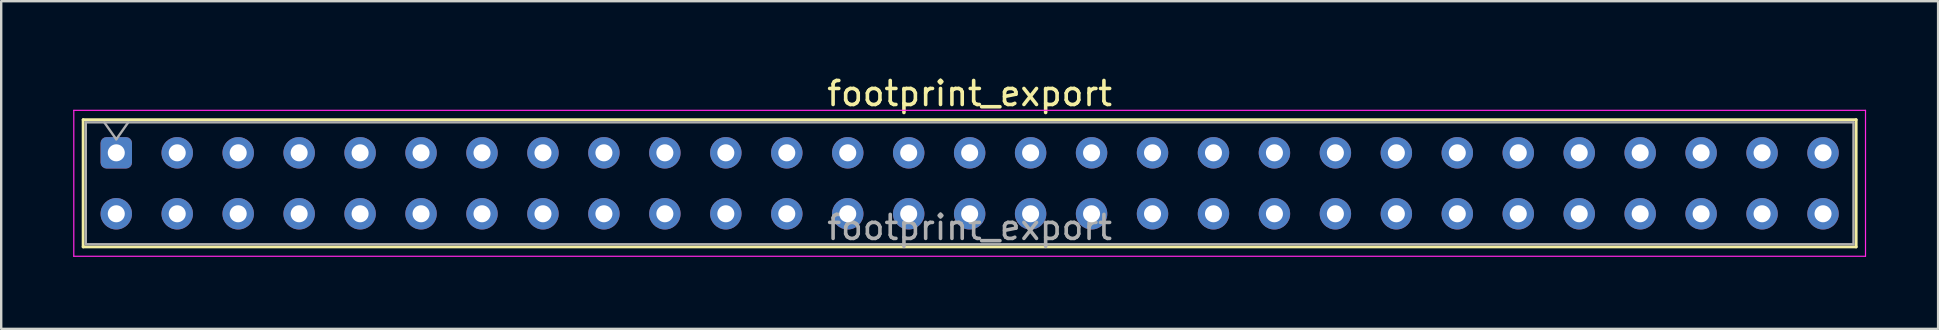
<source format=kicad_pcb>
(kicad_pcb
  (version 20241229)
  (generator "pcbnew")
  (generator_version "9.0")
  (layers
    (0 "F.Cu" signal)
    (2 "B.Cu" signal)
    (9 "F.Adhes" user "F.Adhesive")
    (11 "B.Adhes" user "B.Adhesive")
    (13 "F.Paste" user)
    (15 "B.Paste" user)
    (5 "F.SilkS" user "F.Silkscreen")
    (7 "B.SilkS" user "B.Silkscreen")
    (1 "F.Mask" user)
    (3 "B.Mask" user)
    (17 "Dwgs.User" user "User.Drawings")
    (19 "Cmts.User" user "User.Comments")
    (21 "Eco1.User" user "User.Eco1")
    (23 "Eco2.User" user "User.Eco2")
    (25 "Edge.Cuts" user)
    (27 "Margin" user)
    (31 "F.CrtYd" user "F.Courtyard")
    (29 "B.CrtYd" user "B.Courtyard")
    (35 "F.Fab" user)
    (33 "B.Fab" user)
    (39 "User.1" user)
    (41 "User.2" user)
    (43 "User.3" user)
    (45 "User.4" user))
  (footprint "footprint_export"
    (layer "F.Cu")
    (at 1.795 3.318)
    (property "Reference" "footprint_export" (at 35.56 -2.47 0) (layer "F.SilkS") (effects (font (size 1 1) (thickness 0.15))))
    (attr through_hole)
    (fp_line (start -1.38 -1.38) (end 72.5 -1.38) (stroke (width 0.12) (type solid)) (layer "F.SilkS"))
    (fp_line (start -1.38 3.92) (end -1.38 -1.38) (stroke (width 0.12) (type solid)) (layer "F.SilkS"))
    (fp_line (start 72.5 -1.38) (end 72.5 3.92) (stroke (width 0.12) (type solid)) (layer "F.SilkS"))
    (fp_line (start 72.5 3.92) (end -1.38 3.92) (stroke (width 0.12) (type solid)) (layer "F.SilkS"))
    (fp_line (start -1.77 -1.77) (end 72.89 -1.77) (stroke (width 0.05) (type solid)) (layer "F.CrtYd"))
    (fp_line (start -1.77 4.31) (end -1.77 -1.77) (stroke (width 0.05) (type solid)) (layer "F.CrtYd"))
    (fp_line (start 72.89 -1.77) (end 72.89 4.31) (stroke (width 0.05) (type solid)) (layer "F.CrtYd"))
    (fp_line (start 72.89 4.31) (end -1.77 4.31) (stroke (width 0.05) (type solid)) (layer "F.CrtYd"))
    (fp_line (start -1.27 -1.27) (end 72.39 -1.27) (stroke (width 0.1) (type solid)) (layer "F.Fab"))
    (fp_line (start -1.27 3.81) (end -1.27 -1.27) (stroke (width 0.1) (type solid)) (layer "F.Fab"))
    (fp_line (start -0.5 -1.27) (end 0 -0.563) (stroke (width 0.1) (type solid)) (layer "F.Fab"))
    (fp_line (start 0 -0.563) (end 0.5 -1.27) (stroke (width 0.1) (type solid)) (layer "F.Fab"))
    (fp_line (start 72.39 -1.27) (end 72.39 3.81) (stroke (width 0.1) (type solid)) (layer "F.Fab"))
    (fp_line (start 72.39 3.81) (end -1.27 3.81) (stroke (width 0.1) (type solid)) (layer "F.Fab"))
    (fp_text user "${REFERENCE}" (at 35.56 3.11 0) (layer "F.Fab") (effects (font (size 1 1) (thickness 0.15))))
    (pad "1" thru_hole roundrect (at 0 0) (size 1.31 1.31) (drill 0.71) (layers "*.Cu" "*.Mask") (roundrect_rratio 0.191))
    (pad "2" thru_hole circle (at 0 2.54) (size 1.31 1.31) (drill 0.71) (layers "*.Cu" "*.Mask"))
    (pad "3" thru_hole circle (at 2.54 0) (size 1.31 1.31) (drill 0.71) (layers "*.Cu" "*.Mask"))
    (pad "4" thru_hole circle (at 2.54 2.54) (size 1.31 1.31) (drill 0.71) (layers "*.Cu" "*.Mask"))
    (pad "5" thru_hole circle (at 5.08 0) (size 1.31 1.31) (drill 0.71) (layers "*.Cu" "*.Mask"))
    (pad "6" thru_hole circle (at 5.08 2.54) (size 1.31 1.31) (drill 0.71) (layers "*.Cu" "*.Mask"))
    (pad "7" thru_hole circle (at 7.62 0) (size 1.31 1.31) (drill 0.71) (layers "*.Cu" "*.Mask"))
    (pad "8" thru_hole circle (at 7.62 2.54) (size 1.31 1.31) (drill 0.71) (layers "*.Cu" "*.Mask"))
    (pad "9" thru_hole circle (at 10.16 0) (size 1.31 1.31) (drill 0.71) (layers "*.Cu" "*.Mask"))
    (pad "10" thru_hole circle (at 10.16 2.54) (size 1.31 1.31) (drill 0.71) (layers "*.Cu" "*.Mask"))
    (pad "11" thru_hole circle (at 12.7 0) (size 1.31 1.31) (drill 0.71) (layers "*.Cu" "*.Mask"))
    (pad "12" thru_hole circle (at 12.7 2.54) (size 1.31 1.31) (drill 0.71) (layers "*.Cu" "*.Mask"))
    (pad "13" thru_hole circle (at 15.24 0) (size 1.31 1.31) (drill 0.71) (layers "*.Cu" "*.Mask"))
    (pad "14" thru_hole circle (at 15.24 2.54) (size 1.31 1.31) (drill 0.71) (layers "*.Cu" "*.Mask"))
    (pad "15" thru_hole circle (at 17.78 0) (size 1.31 1.31) (drill 0.71) (layers "*.Cu" "*.Mask"))
    (pad "16" thru_hole circle (at 17.78 2.54) (size 1.31 1.31) (drill 0.71) (layers "*.Cu" "*.Mask"))
    (pad "17" thru_hole circle (at 20.32 0) (size 1.31 1.31) (drill 0.71) (layers "*.Cu" "*.Mask"))
    (pad "18" thru_hole circle (at 20.32 2.54) (size 1.31 1.31) (drill 0.71) (layers "*.Cu" "*.Mask"))
    (pad "19" thru_hole circle (at 22.86 0) (size 1.31 1.31) (drill 0.71) (layers "*.Cu" "*.Mask"))
    (pad "20" thru_hole circle (at 22.86 2.54) (size 1.31 1.31) (drill 0.71) (layers "*.Cu" "*.Mask"))
    (pad "21" thru_hole circle (at 25.4 0) (size 1.31 1.31) (drill 0.71) (layers "*.Cu" "*.Mask"))
    (pad "22" thru_hole circle (at 25.4 2.54) (size 1.31 1.31) (drill 0.71) (layers "*.Cu" "*.Mask"))
    (pad "23" thru_hole circle (at 27.94 0) (size 1.31 1.31) (drill 0.71) (layers "*.Cu" "*.Mask"))
    (pad "24" thru_hole circle (at 27.94 2.54) (size 1.31 1.31) (drill 0.71) (layers "*.Cu" "*.Mask"))
    (pad "25" thru_hole circle (at 30.48 0) (size 1.31 1.31) (drill 0.71) (layers "*.Cu" "*.Mask"))
    (pad "26" thru_hole circle (at 30.48 2.54) (size 1.31 1.31) (drill 0.71) (layers "*.Cu" "*.Mask"))
    (pad "27" thru_hole circle (at 33.02 0) (size 1.31 1.31) (drill 0.71) (layers "*.Cu" "*.Mask"))
    (pad "28" thru_hole circle (at 33.02 2.54) (size 1.31 1.31) (drill 0.71) (layers "*.Cu" "*.Mask"))
    (pad "29" thru_hole circle (at 35.56 0) (size 1.31 1.31) (drill 0.71) (layers "*.Cu" "*.Mask"))
    (pad "30" thru_hole circle (at 35.56 2.54) (size 1.31 1.31) (drill 0.71) (layers "*.Cu" "*.Mask"))
    (pad "31" thru_hole circle (at 38.1 0) (size 1.31 1.31) (drill 0.71) (layers "*.Cu" "*.Mask"))
    (pad "32" thru_hole circle (at 38.1 2.54) (size 1.31 1.31) (drill 0.71) (layers "*.Cu" "*.Mask"))
    (pad "33" thru_hole circle (at 40.64 0) (size 1.31 1.31) (drill 0.71) (layers "*.Cu" "*.Mask"))
    (pad "34" thru_hole circle (at 40.64 2.54) (size 1.31 1.31) (drill 0.71) (layers "*.Cu" "*.Mask"))
    (pad "35" thru_hole circle (at 43.18 0) (size 1.31 1.31) (drill 0.71) (layers "*.Cu" "*.Mask"))
    (pad "36" thru_hole circle (at 43.18 2.54) (size 1.31 1.31) (drill 0.71) (layers "*.Cu" "*.Mask"))
    (pad "37" thru_hole circle (at 45.72 0) (size 1.31 1.31) (drill 0.71) (layers "*.Cu" "*.Mask"))
    (pad "38" thru_hole circle (at 45.72 2.54) (size 1.31 1.31) (drill 0.71) (layers "*.Cu" "*.Mask"))
    (pad "39" thru_hole circle (at 48.26 0) (size 1.31 1.31) (drill 0.71) (layers "*.Cu" "*.Mask"))
    (pad "40" thru_hole circle (at 48.26 2.54) (size 1.31 1.31) (drill 0.71) (layers "*.Cu" "*.Mask"))
    (pad "41" thru_hole circle (at 50.8 0) (size 1.31 1.31) (drill 0.71) (layers "*.Cu" "*.Mask"))
    (pad "42" thru_hole circle (at 50.8 2.54) (size 1.31 1.31) (drill 0.71) (layers "*.Cu" "*.Mask"))
    (pad "43" thru_hole circle (at 53.34 0) (size 1.31 1.31) (drill 0.71) (layers "*.Cu" "*.Mask"))
    (pad "44" thru_hole circle (at 53.34 2.54) (size 1.31 1.31) (drill 0.71) (layers "*.Cu" "*.Mask"))
    (pad "45" thru_hole circle (at 55.88 0) (size 1.31 1.31) (drill 0.71) (layers "*.Cu" "*.Mask"))
    (pad "46" thru_hole circle (at 55.88 2.54) (size 1.31 1.31) (drill 0.71) (layers "*.Cu" "*.Mask"))
    (pad "47" thru_hole circle (at 58.42 0) (size 1.31 1.31) (drill 0.71) (layers "*.Cu" "*.Mask"))
    (pad "48" thru_hole circle (at 58.42 2.54) (size 1.31 1.31) (drill 0.71) (layers "*.Cu" "*.Mask"))
    (pad "49" thru_hole circle (at 60.96 0) (size 1.31 1.31) (drill 0.71) (layers "*.Cu" "*.Mask"))
    (pad "50" thru_hole circle (at 60.96 2.54) (size 1.31 1.31) (drill 0.71) (layers "*.Cu" "*.Mask"))
    (pad "51" thru_hole circle (at 63.5 0) (size 1.31 1.31) (drill 0.71) (layers "*.Cu" "*.Mask"))
    (pad "52" thru_hole circle (at 63.5 2.54) (size 1.31 1.31) (drill 0.71) (layers "*.Cu" "*.Mask"))
    (pad "53" thru_hole circle (at 66.04 0) (size 1.31 1.31) (drill 0.71) (layers "*.Cu" "*.Mask"))
    (pad "54" thru_hole circle (at 66.04 2.54) (size 1.31 1.31) (drill 0.71) (layers "*.Cu" "*.Mask"))
    (pad "55" thru_hole circle (at 68.58 0) (size 1.31 1.31) (drill 0.71) (layers "*.Cu" "*.Mask"))
    (pad "56" thru_hole circle (at 68.58 2.54) (size 1.31 1.31) (drill 0.71) (layers "*.Cu" "*.Mask"))
    (pad "57" thru_hole circle (at 71.12 0) (size 1.31 1.31) (drill 0.71) (layers "*.Cu" "*.Mask"))
    (pad "58" thru_hole circle (at 71.12 2.54) (size 1.31 1.31) (drill 0.71) (layers "*.Cu" "*.Mask")))
  (gr_rect
    (start -3 -3)
    (end 77.71 10.653)
    (stroke (width 0.1) (type default))
    (fill no)
    (layer "Edge.Cuts")))
</source>
